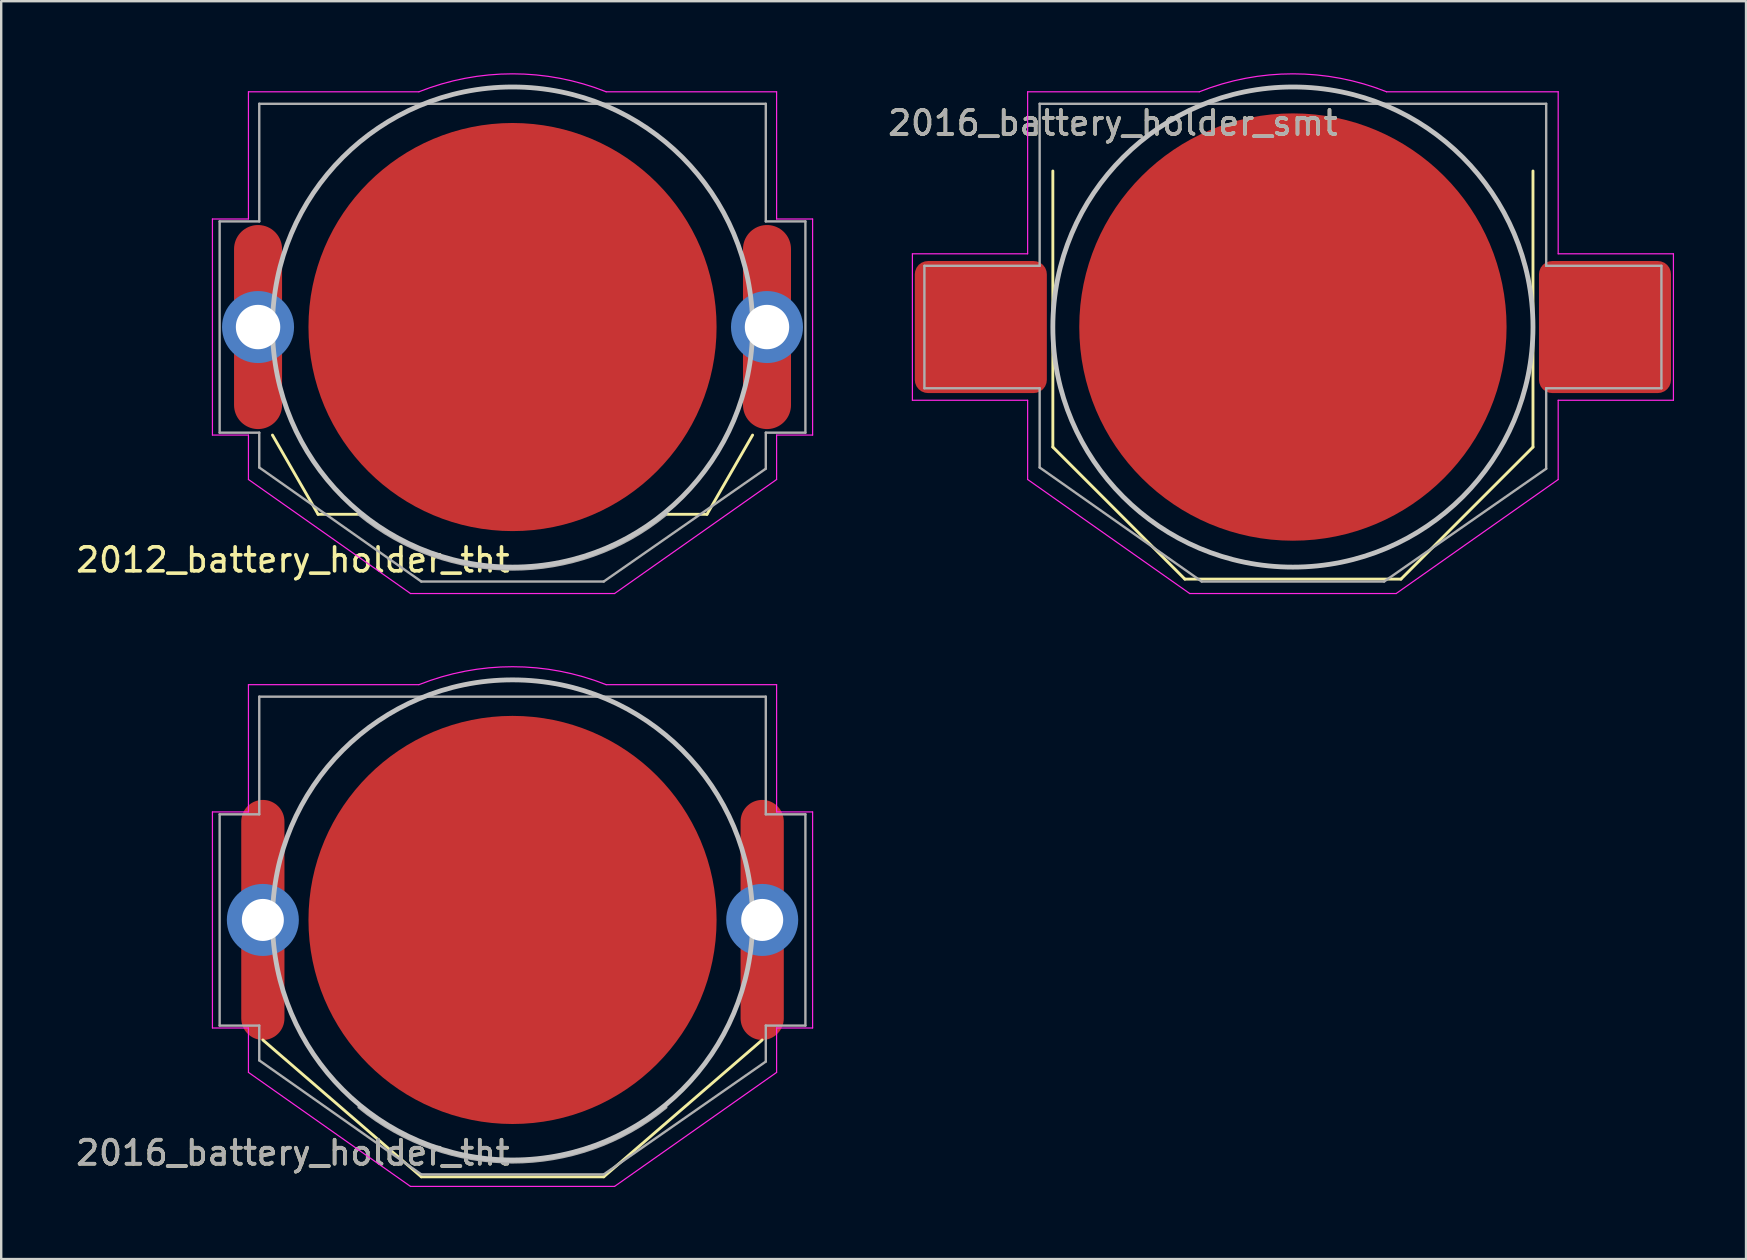
<source format=kicad_pcb>
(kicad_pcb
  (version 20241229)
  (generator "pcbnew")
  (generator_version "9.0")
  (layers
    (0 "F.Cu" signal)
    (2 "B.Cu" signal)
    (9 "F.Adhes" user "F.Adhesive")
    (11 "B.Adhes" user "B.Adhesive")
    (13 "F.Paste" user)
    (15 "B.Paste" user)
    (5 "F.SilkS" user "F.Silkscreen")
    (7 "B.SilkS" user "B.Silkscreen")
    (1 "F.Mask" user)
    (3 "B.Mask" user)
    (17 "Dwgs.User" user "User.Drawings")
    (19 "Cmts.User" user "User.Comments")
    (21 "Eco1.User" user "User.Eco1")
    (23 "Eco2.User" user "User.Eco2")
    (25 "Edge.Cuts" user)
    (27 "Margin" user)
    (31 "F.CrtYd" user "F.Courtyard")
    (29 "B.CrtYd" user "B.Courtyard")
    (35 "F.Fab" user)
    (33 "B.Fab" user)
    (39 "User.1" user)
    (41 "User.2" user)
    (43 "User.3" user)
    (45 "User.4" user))
  (footprint "2012_battery_holder_tht"
    (layer "F.Cu")
    (at 18.299 10.573)
    (property "Reference" "2012_battery_holder_tht" (at -9.15 9.7 0) (layer "F.SilkS") (effects (font (size 1 1) (thickness 0.15))))
    (attr through_hole)
    (fp_line (start -10 4.5) (end -8.1 7.8) (stroke (width 0.12) (type solid)) (layer "F.SilkS"))
    (fp_line (start -8.1 7.8) (end -6.4 7.8) (stroke (width 0.12) (type solid)) (layer "F.SilkS"))
    (fp_line (start 6.4 7.8) (end 8.1 7.8) (stroke (width 0.12) (type solid)) (layer "F.SilkS"))
    (fp_line (start 8.1 7.8) (end 10 4.5) (stroke (width 0.12) (type solid)) (layer "F.SilkS"))
    (fp_circle (center 0 0) (end 10 0) (stroke (width 0.2) (type solid)) (fill no) (layer "Dwgs.User"))
    (fp_line (start -12.5 -4.5) (end -11 -4.5) (stroke (width 0.05) (type solid)) (layer "F.CrtYd"))
    (fp_line (start -12.5 4.5) (end -12.5 -4.5) (stroke (width 0.05) (type solid)) (layer "F.CrtYd"))
    (fp_line (start -11 -9.8) (end -3.9 -9.8) (stroke (width 0.05) (type solid)) (layer "F.CrtYd"))
    (fp_line (start -11 -4.5) (end -11 -9.8) (stroke (width 0.05) (type solid)) (layer "F.CrtYd"))
    (fp_line (start -11 4.5) (end -12.5 4.5) (stroke (width 0.05) (type solid)) (layer "F.CrtYd"))
    (fp_line (start -11 6.35) (end -11 4.5) (stroke (width 0.05) (type solid)) (layer "F.CrtYd"))
    (fp_line (start -4.25 11.1) (end -11 6.35) (stroke (width 0.05) (type solid)) (layer "F.CrtYd"))
    (fp_line (start 4.25 11.1) (end -4.25 11.1) (stroke (width 0.05) (type solid)) (layer "F.CrtYd"))
    (fp_line (start 11 -9.8) (end 3.9 -9.8) (stroke (width 0.05) (type solid)) (layer "F.CrtYd"))
    (fp_line (start 11 -9.8) (end 11 -4.5) (stroke (width 0.05) (type solid)) (layer "F.CrtYd"))
    (fp_line (start 11 -4.5) (end 12.5 -4.5) (stroke (width 0.05) (type solid)) (layer "F.CrtYd"))
    (fp_line (start 11 4.5) (end 11 6.35) (stroke (width 0.05) (type solid)) (layer "F.CrtYd"))
    (fp_line (start 11 6.35) (end 4.25 11.1) (stroke (width 0.05) (type solid)) (layer "F.CrtYd"))
    (fp_line (start 12.5 -4.5) (end 12.5 4.5) (stroke (width 0.05) (type solid)) (layer "F.CrtYd"))
    (fp_line (start 12.5 4.5) (end 11 4.5) (stroke (width 0.05) (type solid)) (layer "F.CrtYd"))
    (fp_arc (start -3.9 -9.8) (mid 0 -10.547512) (end 3.9 -9.8) (stroke (width 0.05) (type solid)) (layer "F.CrtYd"))
    (fp_line (start -12.2 -4.4) (end -12.2 4.4) (stroke (width 0.1) (type solid)) (layer "F.Fab"))
    (fp_line (start -12.2 -4.4) (end -10.55 -4.4) (stroke (width 0.1) (type solid)) (layer "F.Fab"))
    (fp_line (start -12.2 4.4) (end -10.55 4.4) (stroke (width 0.1) (type solid)) (layer "F.Fab"))
    (fp_line (start -10.55 -4.4) (end -10.55 -9.3) (stroke (width 0.1) (type solid)) (layer "F.Fab"))
    (fp_line (start -10.55 4.4) (end -10.55 5.85) (stroke (width 0.1) (type solid)) (layer "F.Fab"))
    (fp_line (start -10.55 5.85) (end -3.8 10.6) (stroke (width 0.1) (type solid)) (layer "F.Fab"))
    (fp_line (start -3.8 10.6) (end 3.8 10.6) (stroke (width 0.1) (type solid)) (layer "F.Fab"))
    (fp_line (start 10.55 -9.3) (end -10.55 -9.3) (stroke (width 0.1) (type solid)) (layer "F.Fab"))
    (fp_line (start 10.55 -4.4) (end 10.55 -9.3) (stroke (width 0.1) (type solid)) (layer "F.Fab"))
    (fp_line (start 10.55 4.4) (end 10.55 5.9) (stroke (width 0.1) (type solid)) (layer "F.Fab"))
    (fp_line (start 10.55 4.4) (end 12.2 4.4) (stroke (width 0.1) (type solid)) (layer "F.Fab"))
    (fp_line (start 10.55 5.9) (end 3.8 10.6) (stroke (width 0.1) (type solid)) (layer "F.Fab"))
    (fp_line (start 12.2 -4.4) (end 10.55 -4.4) (stroke (width 0.1) (type solid)) (layer "F.Fab"))
    (fp_line (start 12.2 4.4) (end 12.2 -4.4) (stroke (width 0.1) (type solid)) (layer "F.Fab"))
    (fp_arc (start 6.394738 7.804313) (mid -0.003402 10.089597) (end -6.399999 7.799999) (stroke (width 0.12) (type solid)) (layer "F.Fab"))
    (pad "1" thru_hole circle (at -10.6 0) (size 2 2) (drill 1.85) (layers "*.Cu" "*.Mask"))
    (pad "1" smd oval (at -10.6 0) (size 2 8.5) (layers "F.Cu" "F.Mask" "F.Paste"))
    (pad "1" smd circle (at -10.6 0) (size 3 3) (layers "B.Cu"))
    (pad "1" thru_hole circle (at 10.6 0) (size 2 2) (drill 1.85) (layers "*.Cu" "*.Mask"))
    (pad "1" smd oval (at 10.6 0) (size 2 8.5) (layers "F.Cu" "F.Mask" "F.Paste"))
    (pad "1" smd circle (at 10.6 0) (size 3 3) (layers "B.Cu"))
    (pad "2" smd circle (at 0 0) (size 17 17) (layers "F.Cu" "F.Mask")))
  (footprint "2016_battery_holder_smt"
    (layer "F.Cu")
    (at 50.806 10.573)
    (property "Reference" "2016_battery_holder_smt" (at -7.5 -8.5 0) (layer "F.SilkS") (effects (font (size 1 1) (thickness 0.15))))
    (attr smd)
    (fp_line (start -10 5) (end -10 -6.5) (stroke (width 0.12) (type solid)) (layer "F.SilkS"))
    (fp_line (start -10 5) (end -4.5 10.5) (stroke (width 0.12) (type solid)) (layer "F.SilkS"))
    (fp_line (start -4.5 10.5) (end 4.5 10.5) (stroke (width 0.12) (type solid)) (layer "F.SilkS"))
    (fp_line (start 4.5 10.5) (end 10 5) (stroke (width 0.12) (type solid)) (layer "F.SilkS"))
    (fp_line (start 10 5) (end 10 -6.5) (stroke (width 0.12) (type solid)) (layer "F.SilkS"))
    (fp_circle (center 0 0) (end 10 0) (stroke (width 0.2) (type solid)) (fill no) (layer "Dwgs.User"))
    (fp_line (start -15.85 -3.05) (end -11.05 -3.05) (stroke (width 0.05) (type solid)) (layer "F.CrtYd"))
    (fp_line (start -15.85 3.05) (end -15.85 -3.05) (stroke (width 0.05) (type solid)) (layer "F.CrtYd"))
    (fp_line (start -11.05 -9.8) (end -3.9 -9.8) (stroke (width 0.05) (type solid)) (layer "F.CrtYd"))
    (fp_line (start -11.05 -3.05) (end -11.05 -9.8) (stroke (width 0.05) (type solid)) (layer "F.CrtYd"))
    (fp_line (start -11.05 3.05) (end -15.85 3.05) (stroke (width 0.05) (type solid)) (layer "F.CrtYd"))
    (fp_line (start -11.05 6.35) (end -11.05 3.05) (stroke (width 0.05) (type solid)) (layer "F.CrtYd"))
    (fp_line (start -4.3 11.1) (end -11.05 6.35) (stroke (width 0.05) (type solid)) (layer "F.CrtYd"))
    (fp_line (start 4.3 11.1) (end -4.3 11.1) (stroke (width 0.05) (type solid)) (layer "F.CrtYd"))
    (fp_line (start 11.05 -9.8) (end 3.9 -9.8) (stroke (width 0.05) (type solid)) (layer "F.CrtYd"))
    (fp_line (start 11.05 -9.8) (end 11.05 -3.05) (stroke (width 0.05) (type solid)) (layer "F.CrtYd"))
    (fp_line (start 11.05 -3.05) (end 15.85 -3.05) (stroke (width 0.05) (type solid)) (layer "F.CrtYd"))
    (fp_line (start 11.05 3.05) (end 11.05 6.35) (stroke (width 0.05) (type solid)) (layer "F.CrtYd"))
    (fp_line (start 11.05 6.35) (end 4.3 11.1) (stroke (width 0.05) (type solid)) (layer "F.CrtYd"))
    (fp_line (start 15.85 -3.05) (end 15.85 3.05) (stroke (width 0.05) (type solid)) (layer "F.CrtYd"))
    (fp_line (start 15.85 3.05) (end 11.05 3.05) (stroke (width 0.05) (type solid)) (layer "F.CrtYd"))
    (fp_arc (start -3.9 -9.8) (mid 0 -10.547512) (end 3.9 -9.8) (stroke (width 0.05) (type solid)) (layer "F.CrtYd"))
    (fp_line (start -15.35 -2.55) (end -15.35 2.55) (stroke (width 0.1) (type solid)) (layer "F.Fab"))
    (fp_line (start -15.35 -2.55) (end -10.55 -2.55) (stroke (width 0.1) (type solid)) (layer "F.Fab"))
    (fp_line (start -15.35 2.55) (end -10.55 2.55) (stroke (width 0.1) (type solid)) (layer "F.Fab"))
    (fp_line (start -10.55 -2.55) (end -10.55 -9.3) (stroke (width 0.1) (type solid)) (layer "F.Fab"))
    (fp_line (start -10.55 2.55) (end -10.55 5.85) (stroke (width 0.1) (type solid)) (layer "F.Fab"))
    (fp_line (start -10.55 5.85) (end -3.8 10.6) (stroke (width 0.1) (type solid)) (layer "F.Fab"))
    (fp_line (start -3.8 10.6) (end 3.8 10.6) (stroke (width 0.1) (type solid)) (layer "F.Fab"))
    (fp_line (start 10.55 -9.3) (end -10.55 -9.3) (stroke (width 0.1) (type solid)) (layer "F.Fab"))
    (fp_line (start 10.55 -2.55) (end 10.55 -9.3) (stroke (width 0.1) (type solid)) (layer "F.Fab"))
    (fp_line (start 10.55 2.55) (end 10.55 5.9) (stroke (width 0.1) (type solid)) (layer "F.Fab"))
    (fp_line (start 10.55 2.55) (end 15.35 2.55) (stroke (width 0.1) (type solid)) (layer "F.Fab"))
    (fp_line (start 10.55 5.9) (end 3.8 10.6) (stroke (width 0.1) (type solid)) (layer "F.Fab"))
    (fp_line (start 15.35 -2.55) (end 10.55 -2.55) (stroke (width 0.1) (type solid)) (layer "F.Fab"))
    (fp_line (start 15.35 2.55) (end 15.35 -2.55) (stroke (width 0.1) (type solid)) (layer "F.Fab"))
    (fp_text user "${REFERENCE}" (at -7.5 -8.5 0) (layer "F.Fab") (effects (font (size 1 1) (thickness 0.15))))
    (pad "1" smd roundrect (at -13 0) (size 5.5 5.5) (layers "F.Cu" "F.Mask" "F.Paste") (roundrect_rratio 0.1))
    (pad "1" smd roundrect (at 13 0) (size 5.5 5.5) (layers "F.Cu" "F.Mask" "F.Paste") (roundrect_rratio 0.1))
    (pad "2" smd circle (at 0 0) (size 17.8 17.8) (layers "F.Cu" "F.Mask")))
  (footprint "2016_battery_holder_tht"
    (layer "F.Cu")
    (at 18.299 35.27)
    (property "Reference" "2016_battery_holder_tht" (at -9.15 9.7 0) (unlocked yes) (layer "F.SilkS") (effects (font (size 1 1) (thickness 0.15))))
    (attr through_hole)
    (fp_line (start -10.4 5) (end -3.8 10.7) (stroke (width 0.12) (type solid)) (layer "F.SilkS"))
    (fp_line (start -3.8 10.7) (end 3.8 10.7) (stroke (width 0.12) (type solid)) (layer "F.SilkS"))
    (fp_line (start 3.8 10.7) (end 10.4 5) (stroke (width 0.12) (type solid)) (layer "F.SilkS"))
    (fp_circle (center 0 0) (end 10 0) (stroke (width 0.2) (type solid)) (fill no) (layer "Dwgs.User"))
    (fp_line (start -12.5 -4.5) (end -11 -4.5) (stroke (width 0.05) (type solid)) (layer "F.CrtYd"))
    (fp_line (start -12.5 4.5) (end -12.5 -4.5) (stroke (width 0.05) (type solid)) (layer "F.CrtYd"))
    (fp_line (start -11 -9.8) (end -3.9 -9.8) (stroke (width 0.05) (type solid)) (layer "F.CrtYd"))
    (fp_line (start -11 -4.5) (end -11 -9.8) (stroke (width 0.05) (type solid)) (layer "F.CrtYd"))
    (fp_line (start -11 4.5) (end -12.5 4.5) (stroke (width 0.05) (type solid)) (layer "F.CrtYd"))
    (fp_line (start -11 6.35) (end -11 4.5) (stroke (width 0.05) (type solid)) (layer "F.CrtYd"))
    (fp_line (start -4.25 11.1) (end -11 6.35) (stroke (width 0.05) (type solid)) (layer "F.CrtYd"))
    (fp_line (start 4.25 11.1) (end -4.25 11.1) (stroke (width 0.05) (type solid)) (layer "F.CrtYd"))
    (fp_line (start 11 -9.8) (end 3.9 -9.8) (stroke (width 0.05) (type solid)) (layer "F.CrtYd"))
    (fp_line (start 11 -9.8) (end 11 -4.5) (stroke (width 0.05) (type solid)) (layer "F.CrtYd"))
    (fp_line (start 11 -4.5) (end 12.5 -4.5) (stroke (width 0.05) (type solid)) (layer "F.CrtYd"))
    (fp_line (start 11 4.5) (end 11 6.35) (stroke (width 0.05) (type solid)) (layer "F.CrtYd"))
    (fp_line (start 11 6.35) (end 4.25 11.1) (stroke (width 0.05) (type solid)) (layer "F.CrtYd"))
    (fp_line (start 12.5 -4.5) (end 12.5 4.5) (stroke (width 0.05) (type solid)) (layer "F.CrtYd"))
    (fp_line (start 12.5 4.5) (end 11 4.5) (stroke (width 0.05) (type solid)) (layer "F.CrtYd"))
    (fp_arc (start -3.9 -9.8) (mid 0 -10.547512) (end 3.9 -9.8) (stroke (width 0.05) (type solid)) (layer "F.CrtYd"))
    (fp_line (start -12.2 -4.4) (end -12.2 4.4) (stroke (width 0.1) (type solid)) (layer "F.Fab"))
    (fp_line (start -12.2 -4.4) (end -10.55 -4.4) (stroke (width 0.1) (type solid)) (layer "F.Fab"))
    (fp_line (start -12.2 4.4) (end -10.55 4.4) (stroke (width 0.1) (type solid)) (layer "F.Fab"))
    (fp_line (start -10.55 -4.4) (end -10.55 -9.3) (stroke (width 0.1) (type solid)) (layer "F.Fab"))
    (fp_line (start -10.55 4.4) (end -10.55 5.85) (stroke (width 0.1) (type solid)) (layer "F.Fab"))
    (fp_line (start -10.55 5.85) (end -3.8 10.6) (stroke (width 0.1) (type solid)) (layer "F.Fab"))
    (fp_line (start -3.8 10.6) (end 3.8 10.6) (stroke (width 0.1) (type solid)) (layer "F.Fab"))
    (fp_line (start 10.55 -9.3) (end -10.55 -9.3) (stroke (width 0.1) (type solid)) (layer "F.Fab"))
    (fp_line (start 10.55 -4.4) (end 10.55 -9.3) (stroke (width 0.1) (type solid)) (layer "F.Fab"))
    (fp_line (start 10.55 4.4) (end 10.55 5.9) (stroke (width 0.1) (type solid)) (layer "F.Fab"))
    (fp_line (start 10.55 4.4) (end 12.2 4.4) (stroke (width 0.1) (type solid)) (layer "F.Fab"))
    (fp_line (start 10.55 5.9) (end 3.8 10.6) (stroke (width 0.1) (type solid)) (layer "F.Fab"))
    (fp_line (start 12.2 -4.4) (end 10.55 -4.4) (stroke (width 0.1) (type solid)) (layer "F.Fab"))
    (fp_line (start 12.2 4.4) (end 12.2 -4.4) (stroke (width 0.1) (type solid)) (layer "F.Fab"))
    (fp_arc (start 6.394738 7.804313) (mid -0.003402 10.089597) (end -6.399999 7.799999) (stroke (width 0.12) (type solid)) (layer "F.Fab"))
    (fp_text user "${REFERENCE}" (at -9.15 9.7 0) (layer "F.Fab") (effects (font (size 1 1) (thickness 0.15))))
    (pad "1" thru_hole circle (at -10.4 0) (size 1.8 1.8) (drill 1.75) (layers "*.Cu" "*.Mask"))
    (pad "1" smd oval (at -10.4 0) (size 1.8 10) (layers "F.Cu" "F.Mask" "F.Paste"))
    (pad "1" smd circle (at -10.4 0) (size 3 3) (layers "B.Cu"))
    (pad "1" thru_hole circle (at 10.4 0) (size 1.8 1.8) (drill 1.75) (layers "*.Cu" "*.Mask"))
    (pad "1" smd oval (at 10.4 0) (size 1.8 10) (layers "F.Cu" "F.Mask" "F.Paste"))
    (pad "1" smd circle (at 10.4 0) (size 3 3) (layers "B.Cu"))
    (pad "2" smd circle (at 0 0) (size 17 17) (layers "F.Cu" "F.Mask")))
  (gr_rect
    (start -3 -3)
    (end 69.681 49.395)
    (stroke (width 0.1) (type default))
    (fill no)
    (layer "Edge.Cuts")))
</source>
